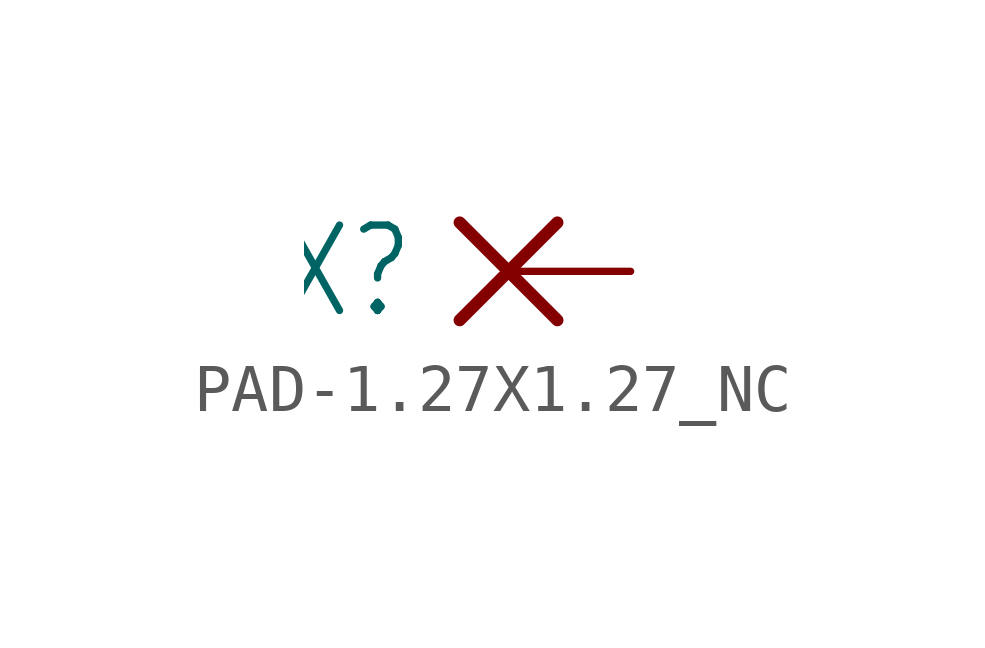
<source format=kicad_sym>
(kicad_symbol_lib
  (version 20231120)
  (generator "kicad_symbol_editor")
  (generator_version "8.0")
  (symbol "PAD-1.27X1.27_NC"
    (property "Reference" "X"
      (at -1.905 0 0)
      (effects (font (size 1.778 1.511)) (justify right)))
    (property "ki_locked" ""
      (at 0 0 0)
      (effects (font (size 1.27 1.27))))
    (symbol "PAD-1.27X1.27_NC_1_0"
      (polyline (pts (xy -1.016 -1.016) (xy 1.016 1.016)) (stroke (width 0.254) (type solid)) (fill (type none)))
      (polyline (pts (xy -1.016 1.016) (xy 1.016 -1.016)) (stroke (width 0.254) (type solid)) (fill (type none)))
      (pin passive line (at 2.54 0 180) (length 2.54) (name "P" (effects (font (size 0 0)))) (number "1" (effects (font (size 0 0))))))))
</source>
